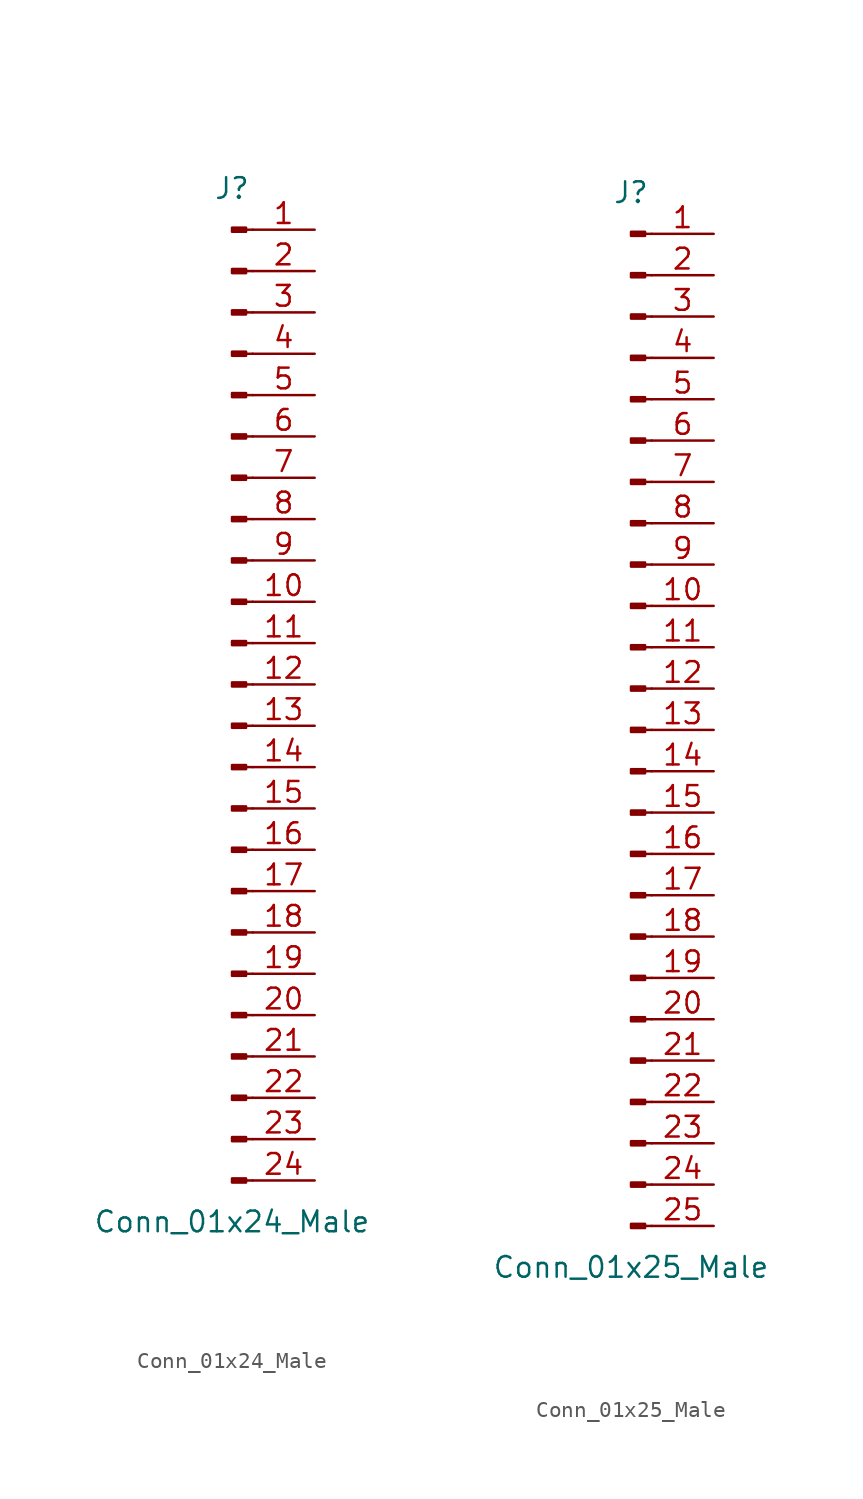
<source format=kicad_sym>
(kicad_symbol_lib
  (version 20201005)
  (generator kicad_symbol_editor)
  (symbol "Connector:Conn_01x24_Male"
    (pin_names
      (offset 1.016) hide)
    (property "Reference" "J"
      (at 0 30.48 0)
      (effects (font (size 1.27 1.27))))
    (property "Value" "Conn_01x24_Male"
      (at 0 -33.02 0)
      (effects (font (size 1.27 1.27))))
    (symbol "Conn_01x24_Male_1_1"
      (rectangle (start 0.864 -30.353) (end 0 -30.607) (stroke (width 0.152)) (fill (type outline)))
      (rectangle (start 0.864 -27.813) (end 0 -28.067) (stroke (width 0.152)) (fill (type outline)))
      (rectangle (start 0.864 -25.273) (end 0 -25.527) (stroke (width 0.152)) (fill (type outline)))
      (rectangle (start 0.864 -22.733) (end 0 -22.987) (stroke (width 0.152)) (fill (type outline)))
      (rectangle (start 0.864 -20.193) (end 0 -20.447) (stroke (width 0.152)) (fill (type outline)))
      (rectangle (start 0.864 -17.653) (end 0 -17.907) (stroke (width 0.152)) (fill (type outline)))
      (rectangle (start 0.864 -15.113) (end 0 -15.367) (stroke (width 0.152)) (fill (type outline)))
      (rectangle (start 0.864 -12.573) (end 0 -12.827) (stroke (width 0.152)) (fill (type outline)))
      (rectangle (start 0.864 -10.033) (end 0 -10.287) (stroke (width 0.152)) (fill (type outline)))
      (rectangle (start 0.864 -7.493) (end 0 -7.747) (stroke (width 0.152)) (fill (type outline)))
      (rectangle (start 0.864 -4.953) (end 0 -5.207) (stroke (width 0.152)) (fill (type outline)))
      (rectangle (start 0.864 -2.413) (end 0 -2.667) (stroke (width 0.152)) (fill (type outline)))
      (rectangle (start 0.864 0.127) (end 0 -0.127) (stroke (width 0.152)) (fill (type outline)))
      (rectangle (start 0.864 2.667) (end 0 2.413) (stroke (width 0.152)) (fill (type outline)))
      (rectangle (start 0.864 5.207) (end 0 4.953) (stroke (width 0.152)) (fill (type outline)))
      (rectangle (start 0.864 7.747) (end 0 7.493) (stroke (width 0.152)) (fill (type outline)))
      (rectangle (start 0.864 10.287) (end 0 10.033) (stroke (width 0.152)) (fill (type outline)))
      (rectangle (start 0.864 12.827) (end 0 12.573) (stroke (width 0.152)) (fill (type outline)))
      (rectangle (start 0.864 15.367) (end 0 15.113) (stroke (width 0.152)) (fill (type outline)))
      (rectangle (start 0.864 17.907) (end 0 17.653) (stroke (width 0.152)) (fill (type outline)))
      (rectangle (start 0.864 20.447) (end 0 20.193) (stroke (width 0.152)) (fill (type outline)))
      (rectangle (start 0.864 22.987) (end 0 22.733) (stroke (width 0.152)) (fill (type outline)))
      (rectangle (start 0.864 25.527) (end 0 25.273) (stroke (width 0.152)) (fill (type outline)))
      (rectangle (start 0.864 28.067) (end 0 27.813) (stroke (width 0.152)) (fill (type outline)))
      (polyline (pts (xy 1.27 -30.48) (xy 0.864 -30.48)) (stroke (width 0.152)) (fill (type none)))
      (polyline (pts (xy 1.27 -27.94) (xy 0.864 -27.94)) (stroke (width 0.152)) (fill (type none)))
      (polyline (pts (xy 1.27 -25.4) (xy 0.864 -25.4)) (stroke (width 0.152)) (fill (type none)))
      (polyline (pts (xy 1.27 -22.86) (xy 0.864 -22.86)) (stroke (width 0.152)) (fill (type none)))
      (polyline (pts (xy 1.27 -20.32) (xy 0.864 -20.32)) (stroke (width 0.152)) (fill (type none)))
      (polyline (pts (xy 1.27 -17.78) (xy 0.864 -17.78)) (stroke (width 0.152)) (fill (type none)))
      (polyline (pts (xy 1.27 -15.24) (xy 0.864 -15.24)) (stroke (width 0.152)) (fill (type none)))
      (polyline (pts (xy 1.27 -12.7) (xy 0.864 -12.7)) (stroke (width 0.152)) (fill (type none)))
      (polyline (pts (xy 1.27 -10.16) (xy 0.864 -10.16)) (stroke (width 0.152)) (fill (type none)))
      (polyline (pts (xy 1.27 -7.62) (xy 0.864 -7.62)) (stroke (width 0.152)) (fill (type none)))
      (polyline (pts (xy 1.27 -5.08) (xy 0.864 -5.08)) (stroke (width 0.152)) (fill (type none)))
      (polyline (pts (xy 1.27 -2.54) (xy 0.864 -2.54)) (stroke (width 0.152)) (fill (type none)))
      (polyline (pts (xy 1.27 0) (xy 0.864 0)) (stroke (width 0.152)) (fill (type none)))
      (polyline (pts (xy 1.27 2.54) (xy 0.864 2.54)) (stroke (width 0.152)) (fill (type none)))
      (polyline (pts (xy 1.27 5.08) (xy 0.864 5.08)) (stroke (width 0.152)) (fill (type none)))
      (polyline (pts (xy 1.27 7.62) (xy 0.864 7.62)) (stroke (width 0.152)) (fill (type none)))
      (polyline (pts (xy 1.27 10.16) (xy 0.864 10.16)) (stroke (width 0.152)) (fill (type none)))
      (polyline (pts (xy 1.27 12.7) (xy 0.864 12.7)) (stroke (width 0.152)) (fill (type none)))
      (polyline (pts (xy 1.27 15.24) (xy 0.864 15.24)) (stroke (width 0.152)) (fill (type none)))
      (polyline (pts (xy 1.27 17.78) (xy 0.864 17.78)) (stroke (width 0.152)) (fill (type none)))
      (polyline (pts (xy 1.27 20.32) (xy 0.864 20.32)) (stroke (width 0.152)) (fill (type none)))
      (polyline (pts (xy 1.27 22.86) (xy 0.864 22.86)) (stroke (width 0.152)) (fill (type none)))
      (polyline (pts (xy 1.27 25.4) (xy 0.864 25.4)) (stroke (width 0.152)) (fill (type none)))
      (polyline (pts (xy 1.27 27.94) (xy 0.864 27.94)) (stroke (width 0.152)) (fill (type none)))
      (pin passive line (at 5.08 27.94 180) (length 3.81) (name "Pin_1" (effects (font (size 1.27 1.27)))) (number "1" (effects (font (size 1.27 1.27)))))
      (pin passive line (at 5.08 5.08 180) (length 3.81) (name "Pin_10" (effects (font (size 1.27 1.27)))) (number "10" (effects (font (size 1.27 1.27)))))
      (pin passive line (at 5.08 2.54 180) (length 3.81) (name "Pin_11" (effects (font (size 1.27 1.27)))) (number "11" (effects (font (size 1.27 1.27)))))
      (pin passive line (at 5.08 0 180) (length 3.81) (name "Pin_12" (effects (font (size 1.27 1.27)))) (number "12" (effects (font (size 1.27 1.27)))))
      (pin passive line (at 5.08 -2.54 180) (length 3.81) (name "Pin_13" (effects (font (size 1.27 1.27)))) (number "13" (effects (font (size 1.27 1.27)))))
      (pin passive line (at 5.08 -5.08 180) (length 3.81) (name "Pin_14" (effects (font (size 1.27 1.27)))) (number "14" (effects (font (size 1.27 1.27)))))
      (pin passive line (at 5.08 -7.62 180) (length 3.81) (name "Pin_15" (effects (font (size 1.27 1.27)))) (number "15" (effects (font (size 1.27 1.27)))))
      (pin passive line (at 5.08 -10.16 180) (length 3.81) (name "Pin_16" (effects (font (size 1.27 1.27)))) (number "16" (effects (font (size 1.27 1.27)))))
      (pin passive line (at 5.08 -12.7 180) (length 3.81) (name "Pin_17" (effects (font (size 1.27 1.27)))) (number "17" (effects (font (size 1.27 1.27)))))
      (pin passive line (at 5.08 -15.24 180) (length 3.81) (name "Pin_18" (effects (font (size 1.27 1.27)))) (number "18" (effects (font (size 1.27 1.27)))))
      (pin passive line (at 5.08 -17.78 180) (length 3.81) (name "Pin_19" (effects (font (size 1.27 1.27)))) (number "19" (effects (font (size 1.27 1.27)))))
      (pin passive line (at 5.08 25.4 180) (length 3.81) (name "Pin_2" (effects (font (size 1.27 1.27)))) (number "2" (effects (font (size 1.27 1.27)))))
      (pin passive line (at 5.08 -20.32 180) (length 3.81) (name "Pin_20" (effects (font (size 1.27 1.27)))) (number "20" (effects (font (size 1.27 1.27)))))
      (pin passive line (at 5.08 -22.86 180) (length 3.81) (name "Pin_21" (effects (font (size 1.27 1.27)))) (number "21" (effects (font (size 1.27 1.27)))))
      (pin passive line (at 5.08 -25.4 180) (length 3.81) (name "Pin_22" (effects (font (size 1.27 1.27)))) (number "22" (effects (font (size 1.27 1.27)))))
      (pin passive line (at 5.08 -27.94 180) (length 3.81) (name "Pin_23" (effects (font (size 1.27 1.27)))) (number "23" (effects (font (size 1.27 1.27)))))
      (pin passive line (at 5.08 -30.48 180) (length 3.81) (name "Pin_24" (effects (font (size 1.27 1.27)))) (number "24" (effects (font (size 1.27 1.27)))))
      (pin passive line (at 5.08 22.86 180) (length 3.81) (name "Pin_3" (effects (font (size 1.27 1.27)))) (number "3" (effects (font (size 1.27 1.27)))))
      (pin passive line (at 5.08 20.32 180) (length 3.81) (name "Pin_4" (effects (font (size 1.27 1.27)))) (number "4" (effects (font (size 1.27 1.27)))))
      (pin passive line (at 5.08 17.78 180) (length 3.81) (name "Pin_5" (effects (font (size 1.27 1.27)))) (number "5" (effects (font (size 1.27 1.27)))))
      (pin passive line (at 5.08 15.24 180) (length 3.81) (name "Pin_6" (effects (font (size 1.27 1.27)))) (number "6" (effects (font (size 1.27 1.27)))))
      (pin passive line (at 5.08 12.7 180) (length 3.81) (name "Pin_7" (effects (font (size 1.27 1.27)))) (number "7" (effects (font (size 1.27 1.27)))))
      (pin passive line (at 5.08 10.16 180) (length 3.81) (name "Pin_8" (effects (font (size 1.27 1.27)))) (number "8" (effects (font (size 1.27 1.27)))))
      (pin passive line (at 5.08 7.62 180) (length 3.81) (name "Pin_9" (effects (font (size 1.27 1.27)))) (number "9" (effects (font (size 1.27 1.27)))))))
  (symbol "Connector:Conn_01x25_Male"
    (pin_names
      (offset 1.016) hide)
    (property "Reference" "J"
      (at 0 33.02 0)
      (effects (font (size 1.27 1.27))))
    (property "Value" "Conn_01x25_Male"
      (at 0 -33.02 0)
      (effects (font (size 1.27 1.27))))
    (symbol "Conn_01x25_Male_1_1"
      (rectangle (start 0.864 -30.353) (end 0 -30.607) (stroke (width 0.152)) (fill (type outline)))
      (rectangle (start 0.864 -27.813) (end 0 -28.067) (stroke (width 0.152)) (fill (type outline)))
      (rectangle (start 0.864 -25.273) (end 0 -25.527) (stroke (width 0.152)) (fill (type outline)))
      (rectangle (start 0.864 -22.733) (end 0 -22.987) (stroke (width 0.152)) (fill (type outline)))
      (rectangle (start 0.864 -20.193) (end 0 -20.447) (stroke (width 0.152)) (fill (type outline)))
      (rectangle (start 0.864 -17.653) (end 0 -17.907) (stroke (width 0.152)) (fill (type outline)))
      (rectangle (start 0.864 -15.113) (end 0 -15.367) (stroke (width 0.152)) (fill (type outline)))
      (rectangle (start 0.864 -12.573) (end 0 -12.827) (stroke (width 0.152)) (fill (type outline)))
      (rectangle (start 0.864 -10.033) (end 0 -10.287) (stroke (width 0.152)) (fill (type outline)))
      (rectangle (start 0.864 -7.493) (end 0 -7.747) (stroke (width 0.152)) (fill (type outline)))
      (rectangle (start 0.864 -4.953) (end 0 -5.207) (stroke (width 0.152)) (fill (type outline)))
      (rectangle (start 0.864 -2.413) (end 0 -2.667) (stroke (width 0.152)) (fill (type outline)))
      (rectangle (start 0.864 0.127) (end 0 -0.127) (stroke (width 0.152)) (fill (type outline)))
      (rectangle (start 0.864 2.667) (end 0 2.413) (stroke (width 0.152)) (fill (type outline)))
      (rectangle (start 0.864 5.207) (end 0 4.953) (stroke (width 0.152)) (fill (type outline)))
      (rectangle (start 0.864 7.747) (end 0 7.493) (stroke (width 0.152)) (fill (type outline)))
      (rectangle (start 0.864 10.287) (end 0 10.033) (stroke (width 0.152)) (fill (type outline)))
      (rectangle (start 0.864 12.827) (end 0 12.573) (stroke (width 0.152)) (fill (type outline)))
      (rectangle (start 0.864 15.367) (end 0 15.113) (stroke (width 0.152)) (fill (type outline)))
      (rectangle (start 0.864 17.907) (end 0 17.653) (stroke (width 0.152)) (fill (type outline)))
      (rectangle (start 0.864 20.447) (end 0 20.193) (stroke (width 0.152)) (fill (type outline)))
      (rectangle (start 0.864 22.987) (end 0 22.733) (stroke (width 0.152)) (fill (type outline)))
      (rectangle (start 0.864 25.527) (end 0 25.273) (stroke (width 0.152)) (fill (type outline)))
      (rectangle (start 0.864 28.067) (end 0 27.813) (stroke (width 0.152)) (fill (type outline)))
      (rectangle (start 0.864 30.607) (end 0 30.353) (stroke (width 0.152)) (fill (type outline)))
      (polyline (pts (xy 1.27 -30.48) (xy 0.864 -30.48)) (stroke (width 0.152)) (fill (type none)))
      (polyline (pts (xy 1.27 -27.94) (xy 0.864 -27.94)) (stroke (width 0.152)) (fill (type none)))
      (polyline (pts (xy 1.27 -25.4) (xy 0.864 -25.4)) (stroke (width 0.152)) (fill (type none)))
      (polyline (pts (xy 1.27 -22.86) (xy 0.864 -22.86)) (stroke (width 0.152)) (fill (type none)))
      (polyline (pts (xy 1.27 -20.32) (xy 0.864 -20.32)) (stroke (width 0.152)) (fill (type none)))
      (polyline (pts (xy 1.27 -17.78) (xy 0.864 -17.78)) (stroke (width 0.152)) (fill (type none)))
      (polyline (pts (xy 1.27 -15.24) (xy 0.864 -15.24)) (stroke (width 0.152)) (fill (type none)))
      (polyline (pts (xy 1.27 -12.7) (xy 0.864 -12.7)) (stroke (width 0.152)) (fill (type none)))
      (polyline (pts (xy 1.27 -10.16) (xy 0.864 -10.16)) (stroke (width 0.152)) (fill (type none)))
      (polyline (pts (xy 1.27 -7.62) (xy 0.864 -7.62)) (stroke (width 0.152)) (fill (type none)))
      (polyline (pts (xy 1.27 -5.08) (xy 0.864 -5.08)) (stroke (width 0.152)) (fill (type none)))
      (polyline (pts (xy 1.27 -2.54) (xy 0.864 -2.54)) (stroke (width 0.152)) (fill (type none)))
      (polyline (pts (xy 1.27 0) (xy 0.864 0)) (stroke (width 0.152)) (fill (type none)))
      (polyline (pts (xy 1.27 2.54) (xy 0.864 2.54)) (stroke (width 0.152)) (fill (type none)))
      (polyline (pts (xy 1.27 5.08) (xy 0.864 5.08)) (stroke (width 0.152)) (fill (type none)))
      (polyline (pts (xy 1.27 7.62) (xy 0.864 7.62)) (stroke (width 0.152)) (fill (type none)))
      (polyline (pts (xy 1.27 10.16) (xy 0.864 10.16)) (stroke (width 0.152)) (fill (type none)))
      (polyline (pts (xy 1.27 12.7) (xy 0.864 12.7)) (stroke (width 0.152)) (fill (type none)))
      (polyline (pts (xy 1.27 15.24) (xy 0.864 15.24)) (stroke (width 0.152)) (fill (type none)))
      (polyline (pts (xy 1.27 17.78) (xy 0.864 17.78)) (stroke (width 0.152)) (fill (type none)))
      (polyline (pts (xy 1.27 20.32) (xy 0.864 20.32)) (stroke (width 0.152)) (fill (type none)))
      (polyline (pts (xy 1.27 22.86) (xy 0.864 22.86)) (stroke (width 0.152)) (fill (type none)))
      (polyline (pts (xy 1.27 25.4) (xy 0.864 25.4)) (stroke (width 0.152)) (fill (type none)))
      (polyline (pts (xy 1.27 27.94) (xy 0.864 27.94)) (stroke (width 0.152)) (fill (type none)))
      (polyline (pts (xy 1.27 30.48) (xy 0.864 30.48)) (stroke (width 0.152)) (fill (type none)))
      (pin passive line (at 5.08 30.48 180) (length 3.81) (name "Pin_1" (effects (font (size 1.27 1.27)))) (number "1" (effects (font (size 1.27 1.27)))))
      (pin passive line (at 5.08 7.62 180) (length 3.81) (name "Pin_10" (effects (font (size 1.27 1.27)))) (number "10" (effects (font (size 1.27 1.27)))))
      (pin passive line (at 5.08 5.08 180) (length 3.81) (name "Pin_11" (effects (font (size 1.27 1.27)))) (number "11" (effects (font (size 1.27 1.27)))))
      (pin passive line (at 5.08 2.54 180) (length 3.81) (name "Pin_12" (effects (font (size 1.27 1.27)))) (number "12" (effects (font (size 1.27 1.27)))))
      (pin passive line (at 5.08 0 180) (length 3.81) (name "Pin_13" (effects (font (size 1.27 1.27)))) (number "13" (effects (font (size 1.27 1.27)))))
      (pin passive line (at 5.08 -2.54 180) (length 3.81) (name "Pin_14" (effects (font (size 1.27 1.27)))) (number "14" (effects (font (size 1.27 1.27)))))
      (pin passive line (at 5.08 -5.08 180) (length 3.81) (name "Pin_15" (effects (font (size 1.27 1.27)))) (number "15" (effects (font (size 1.27 1.27)))))
      (pin passive line (at 5.08 -7.62 180) (length 3.81) (name "Pin_16" (effects (font (size 1.27 1.27)))) (number "16" (effects (font (size 1.27 1.27)))))
      (pin passive line (at 5.08 -10.16 180) (length 3.81) (name "Pin_17" (effects (font (size 1.27 1.27)))) (number "17" (effects (font (size 1.27 1.27)))))
      (pin passive line (at 5.08 -12.7 180) (length 3.81) (name "Pin_18" (effects (font (size 1.27 1.27)))) (number "18" (effects (font (size 1.27 1.27)))))
      (pin passive line (at 5.08 -15.24 180) (length 3.81) (name "Pin_19" (effects (font (size 1.27 1.27)))) (number "19" (effects (font (size 1.27 1.27)))))
      (pin passive line (at 5.08 27.94 180) (length 3.81) (name "Pin_2" (effects (font (size 1.27 1.27)))) (number "2" (effects (font (size 1.27 1.27)))))
      (pin passive line (at 5.08 -17.78 180) (length 3.81) (name "Pin_20" (effects (font (size 1.27 1.27)))) (number "20" (effects (font (size 1.27 1.27)))))
      (pin passive line (at 5.08 -20.32 180) (length 3.81) (name "Pin_21" (effects (font (size 1.27 1.27)))) (number "21" (effects (font (size 1.27 1.27)))))
      (pin passive line (at 5.08 -22.86 180) (length 3.81) (name "Pin_22" (effects (font (size 1.27 1.27)))) (number "22" (effects (font (size 1.27 1.27)))))
      (pin passive line (at 5.08 -25.4 180) (length 3.81) (name "Pin_23" (effects (font (size 1.27 1.27)))) (number "23" (effects (font (size 1.27 1.27)))))
      (pin passive line (at 5.08 -27.94 180) (length 3.81) (name "Pin_24" (effects (font (size 1.27 1.27)))) (number "24" (effects (font (size 1.27 1.27)))))
      (pin passive line (at 5.08 -30.48 180) (length 3.81) (name "Pin_25" (effects (font (size 1.27 1.27)))) (number "25" (effects (font (size 1.27 1.27)))))
      (pin passive line (at 5.08 25.4 180) (length 3.81) (name "Pin_3" (effects (font (size 1.27 1.27)))) (number "3" (effects (font (size 1.27 1.27)))))
      (pin passive line (at 5.08 22.86 180) (length 3.81) (name "Pin_4" (effects (font (size 1.27 1.27)))) (number "4" (effects (font (size 1.27 1.27)))))
      (pin passive line (at 5.08 20.32 180) (length 3.81) (name "Pin_5" (effects (font (size 1.27 1.27)))) (number "5" (effects (font (size 1.27 1.27)))))
      (pin passive line (at 5.08 17.78 180) (length 3.81) (name "Pin_6" (effects (font (size 1.27 1.27)))) (number "6" (effects (font (size 1.27 1.27)))))
      (pin passive line (at 5.08 15.24 180) (length 3.81) (name "Pin_7" (effects (font (size 1.27 1.27)))) (number "7" (effects (font (size 1.27 1.27)))))
      (pin passive line (at 5.08 12.7 180) (length 3.81) (name "Pin_8" (effects (font (size 1.27 1.27)))) (number "8" (effects (font (size 1.27 1.27)))))
      (pin passive line (at 5.08 10.16 180) (length 3.81) (name "Pin_9" (effects (font (size 1.27 1.27)))) (number "9" (effects (font (size 1.27 1.27))))))))
</source>
